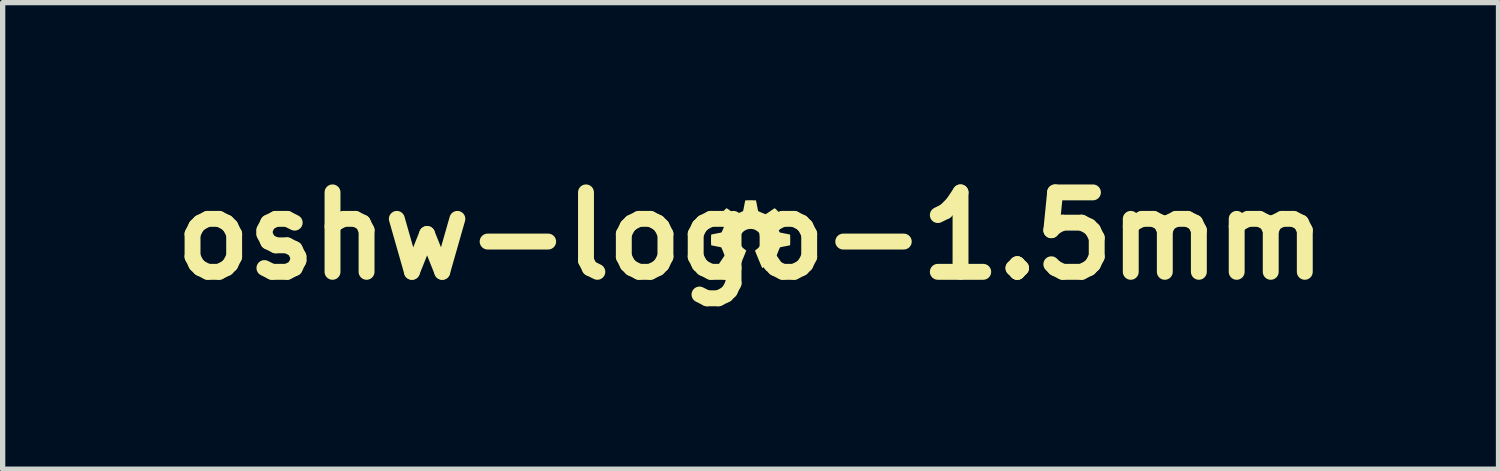
<source format=kicad_pcb>
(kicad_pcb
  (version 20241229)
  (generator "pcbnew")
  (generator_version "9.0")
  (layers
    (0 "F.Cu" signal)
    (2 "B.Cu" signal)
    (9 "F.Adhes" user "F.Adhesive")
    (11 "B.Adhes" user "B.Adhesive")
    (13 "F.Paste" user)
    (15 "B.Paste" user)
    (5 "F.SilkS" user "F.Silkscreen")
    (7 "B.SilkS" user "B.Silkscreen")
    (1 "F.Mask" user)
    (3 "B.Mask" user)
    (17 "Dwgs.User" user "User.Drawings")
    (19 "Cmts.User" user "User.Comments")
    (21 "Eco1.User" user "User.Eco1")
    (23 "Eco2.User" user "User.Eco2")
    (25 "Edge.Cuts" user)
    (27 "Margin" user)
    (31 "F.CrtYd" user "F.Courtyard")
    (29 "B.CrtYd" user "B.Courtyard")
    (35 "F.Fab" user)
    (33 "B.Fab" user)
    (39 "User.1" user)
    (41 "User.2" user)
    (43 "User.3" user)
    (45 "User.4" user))
  (footprint "oshw-logo-1.5mm"
    (layer "F.Cu")
    (at 11.121 1.404)
    (property "Reference" "oshw-logo-1.5mm" (at 0 0 0) (layer "F.SilkS") (effects (font (size 1.5 1.5) (thickness 0.3))))
    (attr board_only exclude_from_pos_files exclude_from_bom)
    (fp_poly (pts (xy 0.013 -0.673) (xy 0.032 -0.673) (xy 0.05 -0.672) (xy 0.067 -0.672) (xy 0.081 -0.672) (xy 0.091 -0.672) (xy 0.098 -0.671) (xy 0.101 -0.671) (xy 0.102 -0.667) (xy 0.105 -0.659) (xy 0.108 -0.646) (xy 0.111 -0.629) (xy 0.116 -0.606) (xy 0.121 -0.579) (xy 0.123 -0.571) (xy 0.128 -0.545) (xy 0.132 -0.523) (xy 0.135 -0.506) (xy 0.138 -0.492) (xy 0.14 -0.482) (xy 0.142 -0.475) (xy 0.144 -0.471) (xy 0.146 -0.468) (xy 0.146 -0.468) (xy 0.149 -0.466) (xy 0.157 -0.462) (xy 0.168 -0.457) (xy 0.182 -0.451) (xy 0.197 -0.444) (xy 0.215 -0.437) (xy 0.216 -0.436) (xy 0.236 -0.428) (xy 0.252 -0.422) (xy 0.264 -0.417) (xy 0.273 -0.414) (xy 0.28 -0.412) (xy 0.284 -0.411) (xy 0.287 -0.411) (xy 0.288 -0.412) (xy 0.292 -0.414) (xy 0.299 -0.418) (xy 0.309 -0.425) (xy 0.322 -0.433) (xy 0.337 -0.443) (xy 0.354 -0.455) (xy 0.372 -0.467) (xy 0.372 -0.467) (xy 0.39 -0.479) (xy 0.406 -0.49) (xy 0.421 -0.5) (xy 0.434 -0.509) (xy 0.444 -0.516) (xy 0.451 -0.52) (xy 0.454 -0.522) (xy 0.454 -0.522) (xy 0.456 -0.522) (xy 0.459 -0.52) (xy 0.463 -0.517) (xy 0.469 -0.512) (xy 0.478 -0.504) (xy 0.489 -0.494) (xy 0.502 -0.48) (xy 0.519 -0.464) (xy 0.53 -0.453) (xy 0.547 -0.435) (xy 0.562 -0.421) (xy 0.573 -0.409) (xy 0.582 -0.4) (xy 0.589 -0.393) (xy 0.594 -0.387) (xy 0.596 -0.384) (xy 0.598 -0.381) (xy 0.598 -0.379) (xy 0.598 -0.377) (xy 0.598 -0.376) (xy 0.595 -0.372) (xy 0.591 -0.365) (xy 0.584 -0.355) (xy 0.575 -0.342) (xy 0.565 -0.327) (xy 0.554 -0.31) (xy 0.542 -0.292) (xy 0.541 -0.292) (xy 0.527 -0.271) (xy 0.516 -0.254) (xy 0.507 -0.241) (xy 0.5 -0.23) (xy 0.495 -0.222) (xy 0.492 -0.216) (xy 0.49 -0.212) (xy 0.489 -0.209) (xy 0.49 -0.207) (xy 0.491 -0.204) (xy 0.494 -0.196) (xy 0.498 -0.185) (xy 0.504 -0.172) (xy 0.51 -0.157) (xy 0.517 -0.142) (xy 0.523 -0.126) (xy 0.53 -0.111) (xy 0.536 -0.097) (xy 0.541 -0.086) (xy 0.544 -0.077) (xy 0.546 -0.074) (xy 0.552 -0.067) (xy 0.559 -0.063) (xy 0.563 -0.062) (xy 0.572 -0.06) (xy 0.585 -0.058) (xy 0.601 -0.055) (xy 0.619 -0.051) (xy 0.638 -0.047) (xy 0.655 -0.044) (xy 0.675 -0.04) (xy 0.694 -0.037) (xy 0.711 -0.033) (xy 0.725 -0.03) (xy 0.736 -0.028) (xy 0.743 -0.026) (xy 0.745 -0.025) (xy 0.746 -0.022) (xy 0.747 -0.014) (xy 0.748 -0.003) (xy 0.748 0.011) (xy 0.749 0.028) (xy 0.749 0.047) (xy 0.749 0.066) (xy 0.749 0.086) (xy 0.749 0.105) (xy 0.749 0.124) (xy 0.748 0.14) (xy 0.748 0.155) (xy 0.747 0.166) (xy 0.746 0.173) (xy 0.746 0.177) (xy 0.742 0.178) (xy 0.735 0.179) (xy 0.723 0.182) (xy 0.709 0.185) (xy 0.692 0.189) (xy 0.672 0.192) (xy 0.653 0.196) (xy 0.632 0.2) (xy 0.612 0.204) (xy 0.595 0.207) (xy 0.58 0.211) (xy 0.568 0.213) (xy 0.561 0.215) (xy 0.557 0.216) (xy 0.555 0.22) (xy 0.551 0.227) (xy 0.546 0.237) (xy 0.54 0.251) (xy 0.534 0.266) (xy 0.527 0.282) (xy 0.52 0.299) (xy 0.514 0.316) (xy 0.508 0.331) (xy 0.502 0.346) (xy 0.498 0.357) (xy 0.496 0.366) (xy 0.495 0.371) (xy 0.495 0.372) (xy 0.496 0.375) (xy 0.501 0.382) (xy 0.507 0.392) (xy 0.516 0.405) (xy 0.525 0.419) (xy 0.537 0.436) (xy 0.547 0.451) (xy 0.559 0.468) (xy 0.57 0.484) (xy 0.579 0.499) (xy 0.587 0.511) (xy 0.594 0.521) (xy 0.598 0.527) (xy 0.599 0.53) (xy 0.598 0.532) (xy 0.595 0.536) (xy 0.59 0.542) (xy 0.582 0.551) (xy 0.572 0.562) (xy 0.558 0.577) (xy 0.54 0.594) (xy 0.531 0.604) (xy 0.513 0.622) (xy 0.498 0.636) (xy 0.486 0.648) (xy 0.477 0.657) (xy 0.47 0.663) (xy 0.464 0.668) (xy 0.46 0.671) (xy 0.457 0.672) (xy 0.455 0.672) (xy 0.452 0.671) (xy 0.445 0.666) (xy 0.434 0.66) (xy 0.422 0.652) (xy 0.407 0.642) (xy 0.39 0.631) (xy 0.377 0.622) (xy 0.354 0.606) (xy 0.335 0.594) (xy 0.32 0.584) (xy 0.309 0.577) (xy 0.301 0.573) (xy 0.298 0.572) (xy 0.293 0.573) (xy 0.285 0.576) (xy 0.275 0.581) (xy 0.263 0.587) (xy 0.258 0.59) (xy 0.243 0.597) (xy 0.233 0.602) (xy 0.225 0.605) (xy 0.221 0.606) (xy 0.221 0.605) (xy 0.219 0.603) (xy 0.216 0.596) (xy 0.211 0.585) (xy 0.204 0.571) (xy 0.197 0.554) (xy 0.189 0.535) (xy 0.18 0.514) (xy 0.171 0.491) (xy 0.161 0.468) (xy 0.151 0.444) (xy 0.141 0.419) (xy 0.131 0.396) (xy 0.122 0.373) (xy 0.113 0.351) (xy 0.105 0.332) (xy 0.098 0.314) (xy 0.093 0.299) (xy 0.088 0.288) (xy 0.086 0.28) (xy 0.085 0.276) (xy 0.085 0.276) (xy 0.088 0.272) (xy 0.093 0.268) (xy 0.094 0.267) (xy 0.105 0.26) (xy 0.118 0.251) (xy 0.131 0.24) (xy 0.143 0.23) (xy 0.153 0.22) (xy 0.153 0.22) (xy 0.172 0.196) (xy 0.188 0.17) (xy 0.2 0.143) (xy 0.204 0.13) (xy 0.206 0.117) (xy 0.208 0.101) (xy 0.209 0.083) (xy 0.209 0.065) (xy 0.209 0.05) (xy 0.208 0.041) (xy 0.2 0.01) (xy 0.187 -0.019) (xy 0.17 -0.046) (xy 0.15 -0.07) (xy 0.125 -0.091) (xy 0.098 -0.108) (xy 0.07 -0.121) (xy 0.04 -0.129) (xy 0.009 -0.132) (xy -0.022 -0.131) (xy -0.052 -0.125) (xy -0.082 -0.115) (xy -0.096 -0.108) (xy -0.124 -0.091) (xy -0.148 -0.07) (xy -0.168 -0.045) (xy -0.185 -0.018) (xy -0.197 0.011) (xy -0.205 0.041) (xy -0.207 0.055) (xy -0.207 0.072) (xy -0.207 0.09) (xy -0.205 0.107) (xy -0.203 0.123) (xy -0.201 0.13) (xy -0.191 0.158) (xy -0.177 0.185) (xy -0.159 0.21) (xy -0.151 0.22) (xy -0.141 0.229) (xy -0.129 0.239) (xy -0.116 0.25) (xy -0.103 0.259) (xy -0.092 0.267) (xy -0.092 0.267) (xy -0.086 0.271) (xy -0.082 0.275) (xy -0.082 0.276) (xy -0.083 0.279) (xy -0.085 0.286) (xy -0.089 0.297) (xy -0.095 0.311) (xy -0.102 0.329) (xy -0.109 0.348) (xy -0.118 0.369) (xy -0.127 0.392) (xy -0.137 0.415) (xy -0.147 0.439) (xy -0.157 0.464) (xy -0.166 0.487) (xy -0.176 0.51) (xy -0.185 0.531) (xy -0.193 0.551) (xy -0.201 0.568) (xy -0.207 0.583) (xy -0.212 0.594) (xy -0.216 0.602) (xy -0.218 0.605) (xy -0.218 0.605) (xy -0.221 0.606) (xy -0.227 0.604) (xy -0.237 0.599) (xy -0.25 0.593) (xy -0.255 0.59) (xy -0.267 0.583) (xy -0.279 0.578) (xy -0.288 0.574) (xy -0.294 0.572) (xy -0.295 0.572) (xy -0.299 0.573) (xy -0.307 0.578) (xy -0.319 0.585) (xy -0.335 0.595) (xy -0.354 0.608) (xy -0.374 0.622) (xy -0.391 0.633) (xy -0.407 0.644) (xy -0.422 0.654) (xy -0.434 0.662) (xy -0.444 0.667) (xy -0.45 0.671) (xy -0.453 0.672) (xy -0.455 0.672) (xy -0.458 0.671) (xy -0.462 0.668) (xy -0.467 0.663) (xy -0.474 0.657) (xy -0.484 0.648) (xy -0.496 0.636) (xy -0.511 0.621) (xy -0.528 0.604) (xy -0.547 0.585) (xy -0.563 0.569) (xy -0.575 0.556) (xy -0.584 0.546) (xy -0.591 0.539) (xy -0.595 0.534) (xy -0.596 0.53) (xy -0.596 0.53) (xy -0.595 0.526) (xy -0.591 0.52) (xy -0.584 0.51) (xy -0.576 0.497) (xy -0.566 0.483) (xy -0.555 0.466) (xy -0.544 0.451) (xy -0.533 0.434) (xy -0.522 0.417) (xy -0.512 0.403) (xy -0.504 0.391) (xy -0.498 0.381) (xy -0.494 0.375) (xy -0.492 0.372) (xy -0.493 0.368) (xy -0.495 0.361) (xy -0.498 0.35) (xy -0.503 0.336) (xy -0.509 0.321) (xy -0.516 0.304) (xy -0.522 0.288) (xy -0.529 0.271) (xy -0.536 0.255) (xy -0.542 0.241) (xy -0.547 0.23) (xy -0.551 0.221) (xy -0.554 0.217) (xy -0.555 0.216) (xy -0.559 0.215) (xy -0.567 0.213) (xy -0.578 0.21) (xy -0.593 0.207) (xy -0.611 0.204) (xy -0.631 0.2) (xy -0.65 0.196) (xy -0.671 0.192) (xy -0.69 0.188) (xy -0.707 0.185) (xy -0.722 0.182) (xy -0.733 0.179) (xy -0.74 0.178) (xy -0.743 0.177) (xy -0.744 0.173) (xy -0.745 0.166) (xy -0.745 0.154) (xy -0.746 0.14) (xy -0.746 0.123) (xy -0.747 0.105) (xy -0.747 0.085) (xy -0.747 0.066) (xy -0.746 0.046) (xy -0.746 0.028) (xy -0.746 0.011) (xy -0.745 -0.003) (xy -0.744 -0.014) (xy -0.744 -0.022) (xy -0.743 -0.025) (xy -0.739 -0.026) (xy -0.732 -0.028) (xy -0.72 -0.031) (xy -0.706 -0.034) (xy -0.688 -0.037) (xy -0.669 -0.041) (xy -0.652 -0.044) (xy -0.631 -0.048) (xy -0.612 -0.052) (xy -0.594 -0.055) (xy -0.579 -0.058) (xy -0.568 -0.061) (xy -0.56 -0.062) (xy -0.556 -0.063) (xy -0.548 -0.067) (xy -0.543 -0.074) (xy -0.54 -0.081) (xy -0.536 -0.091) (xy -0.53 -0.103) (xy -0.524 -0.118) (xy -0.518 -0.133) (xy -0.511 -0.149) (xy -0.504 -0.165) (xy -0.499 -0.179) (xy -0.494 -0.191) (xy -0.49 -0.2) (xy -0.488 -0.206) (xy -0.487 -0.207) (xy -0.487 -0.21) (xy -0.488 -0.213) (xy -0.49 -0.218) (xy -0.494 -0.225) (xy -0.5 -0.234) (xy -0.507 -0.245) (xy -0.517 -0.26) (xy -0.53 -0.278) (xy -0.537 -0.288) (xy -0.551 -0.31) (xy -0.564 -0.328) (xy -0.574 -0.342) (xy -0.581 -0.354) (xy -0.587 -0.363) (xy -0.591 -0.369) (xy -0.594 -0.374) (xy -0.595 -0.378) (xy -0.596 -0.38) (xy -0.596 -0.382) (xy -0.595 -0.383) (xy -0.595 -0.384) (xy -0.592 -0.386) (xy -0.587 -0.392) (xy -0.579 -0.401) (xy -0.568 -0.412) (xy -0.555 -0.425) (xy -0.541 -0.439) (xy -0.526 -0.454) (xy -0.524 -0.456) (xy -0.506 -0.474) (xy -0.492 -0.488) (xy -0.48 -0.5) (xy -0.47 -0.509) (xy -0.463 -0.515) (xy -0.458 -0.519) (xy -0.454 -0.521) (xy -0.452 -0.522) (xy -0.451 -0.522) (xy -0.448 -0.52) (xy -0.441 -0.516) (xy -0.431 -0.509) (xy -0.419 -0.501) (xy -0.404 -0.491) (xy -0.388 -0.479) (xy -0.37 -0.467) (xy -0.369 -0.467) (xy -0.352 -0.455) (xy -0.335 -0.444) (xy -0.32 -0.433) (xy -0.307 -0.425) (xy -0.297 -0.418) (xy -0.289 -0.414) (xy -0.286 -0.412) (xy -0.286 -0.412) (xy -0.283 -0.411) (xy -0.28 -0.412) (xy -0.274 -0.413) (xy -0.266 -0.416) (xy -0.256 -0.419) (xy -0.242 -0.425) (xy -0.224 -0.432) (xy -0.214 -0.436) (xy -0.196 -0.443) (xy -0.18 -0.45) (xy -0.166 -0.456) (xy -0.155 -0.462) (xy -0.147 -0.466) (xy -0.143 -0.468) (xy -0.143 -0.468) (xy -0.142 -0.47) (xy -0.14 -0.475) (xy -0.138 -0.481) (xy -0.136 -0.491) (xy -0.133 -0.503) (xy -0.13 -0.52) (xy -0.126 -0.54) (xy -0.121 -0.565) (xy -0.12 -0.571) (xy -0.115 -0.599) (xy -0.11 -0.623) (xy -0.106 -0.642) (xy -0.103 -0.657) (xy -0.1 -0.666) (xy -0.099 -0.67) (xy -0.098 -0.671) (xy -0.095 -0.671) (xy -0.087 -0.672) (xy -0.076 -0.672) (xy -0.061 -0.672) (xy -0.045 -0.673) (xy -0.026 -0.673) (xy -0.007 -0.673)) (stroke (width 0) (type solid)) (fill yes) (layer "F.SilkS")))
  (gr_rect
    (start -3 -3)
    (end 25.243 5.808)
    (stroke (width 0.1) (type default))
    (fill no)
    (layer "Edge.Cuts")))
</source>
